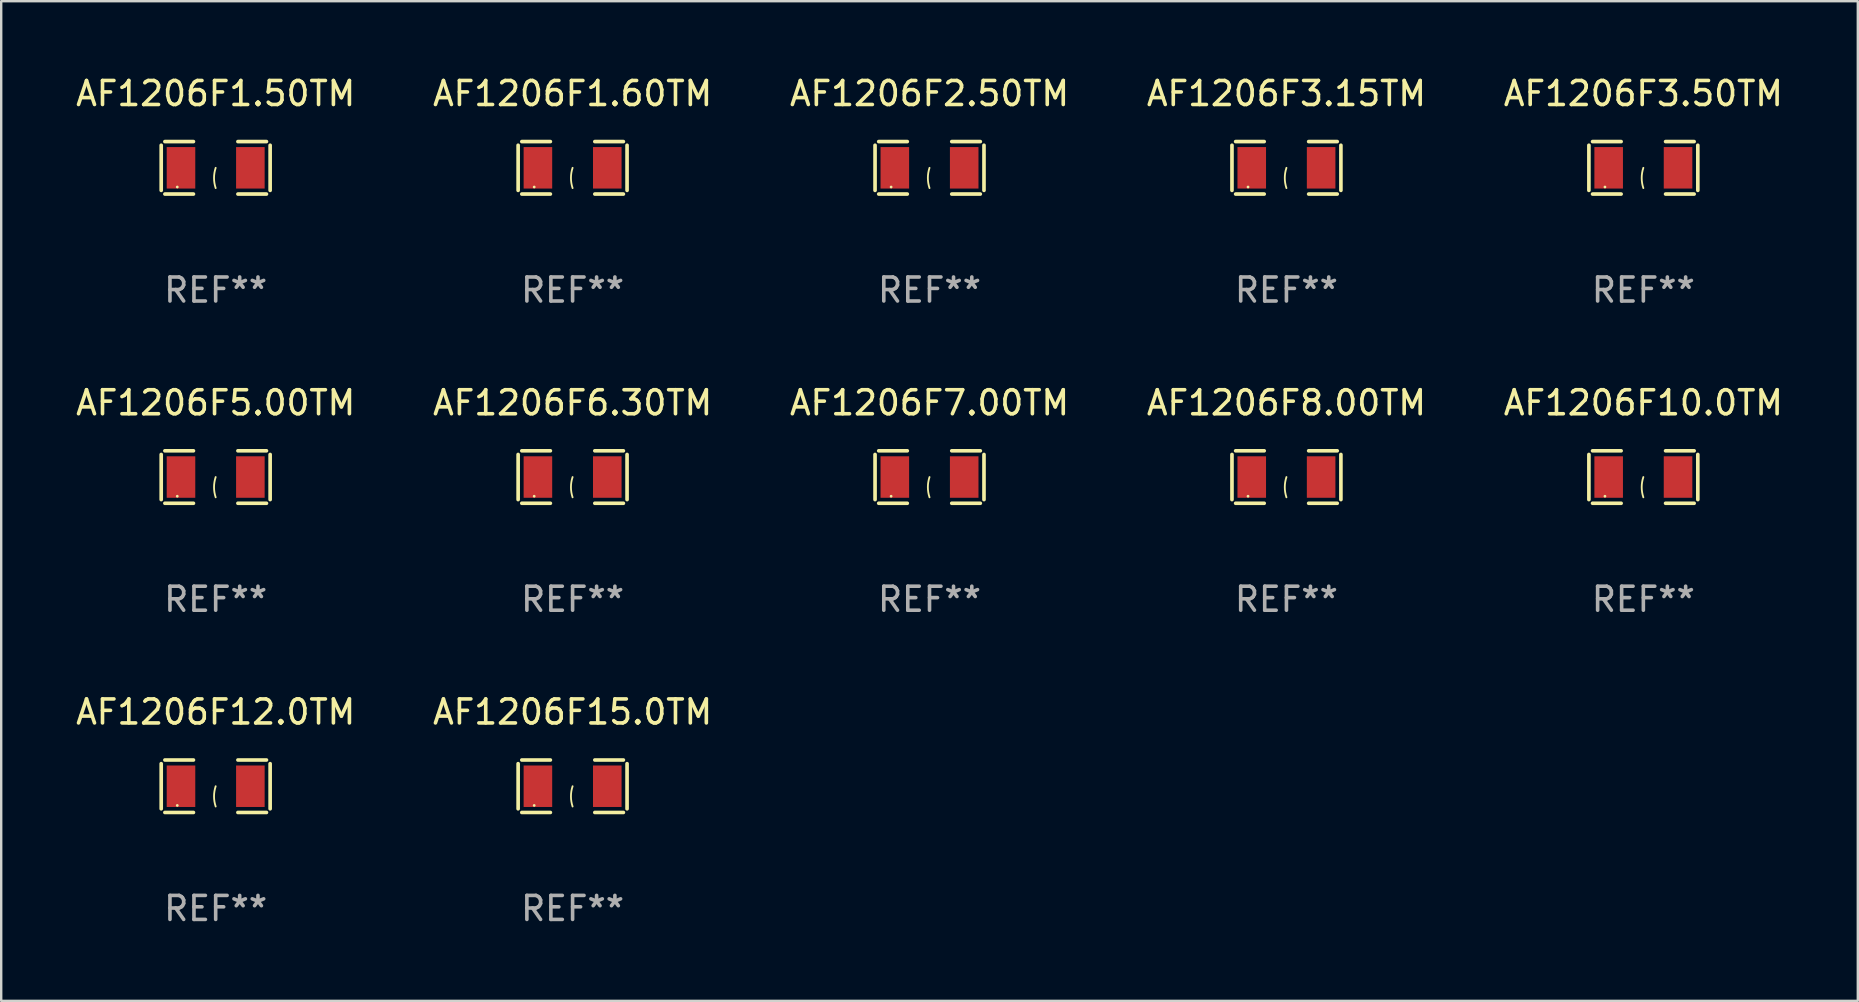
<source format=kicad_pcb>
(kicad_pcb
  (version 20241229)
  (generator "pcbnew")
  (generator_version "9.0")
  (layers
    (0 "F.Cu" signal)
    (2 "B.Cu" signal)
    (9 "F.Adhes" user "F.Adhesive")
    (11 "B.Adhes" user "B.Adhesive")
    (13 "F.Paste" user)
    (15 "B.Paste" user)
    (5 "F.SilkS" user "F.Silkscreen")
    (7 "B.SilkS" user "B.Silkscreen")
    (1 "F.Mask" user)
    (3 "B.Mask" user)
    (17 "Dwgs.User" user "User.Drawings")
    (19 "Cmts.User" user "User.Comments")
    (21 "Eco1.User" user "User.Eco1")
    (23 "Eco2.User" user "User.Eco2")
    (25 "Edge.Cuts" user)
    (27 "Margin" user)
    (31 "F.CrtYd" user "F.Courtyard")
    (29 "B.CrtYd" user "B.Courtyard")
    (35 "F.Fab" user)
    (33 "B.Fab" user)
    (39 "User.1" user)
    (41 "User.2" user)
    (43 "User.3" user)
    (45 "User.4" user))
  (footprint "AF1206F6.30TM"
    (layer "F.Cu")
    (at 20.804 16.823)
    (property "Reference" "AF1206F6.30TM" (at 0 -3.093 0) (layer "F.SilkS") (effects (font (size 1 1) (thickness 0.15))))
    (attr through_hole)
    (fp_line (start -2.269 -0.94) (end -2.269 0.94) (stroke (width 0.152) (type solid)) (layer "F.SilkS"))
    (fp_line (start -2.116 1.093) (end -0.926 1.093) (stroke (width 0.152) (type solid)) (layer "F.SilkS"))
    (fp_line (start -0.926 -1.093) (end -2.116 -1.093) (stroke (width 0.152) (type solid)) (layer "F.SilkS"))
    (fp_line (start 0.926 -1.093) (end 2.116 -1.093) (stroke (width 0.152) (type solid)) (layer "F.SilkS"))
    (fp_line (start 2.116 1.093) (end 0.926 1.093) (stroke (width 0.152) (type solid)) (layer "F.SilkS"))
    (fp_line (start 2.269 -0.94) (end 2.269 0.94) (stroke (width 0.152) (type solid)) (layer "F.SilkS"))
    (fp_arc (start 0 0.844951) (mid -0.068559 0.422475) (end 0 0) (stroke (width 0.0762) (type solid)) (layer "F.SilkS"))
    (fp_circle (center -1.6 0.8) (end -1.57 0.8) (stroke (width 0.06) (type solid)) (fill no) (layer "F.SilkS"))
    (fp_text user "REF**" (at 0 5.093 0) (layer "F.Fab") (effects (font (size 1 1) (thickness 0.15))))
    (pad "1" smd rect (at -1.445 0) (size 1.19 1.728) (layers "F.Cu" "F.Mask" "F.Paste"))
    (pad "2" smd rect (at 1.445 0) (size 1.19 1.728) (layers "F.Cu" "F.Mask" "F.Paste")))
  (footprint "AF1206F12.0TM"
    (layer "F.Cu")
    (at 5.935 29.704)
    (property "Reference" "AF1206F12.0TM" (at 0 -3.093 0) (layer "F.SilkS") (effects (font (size 1 1) (thickness 0.15))))
    (attr through_hole)
    (fp_line (start -2.269 -0.94) (end -2.269 0.94) (stroke (width 0.152) (type solid)) (layer "F.SilkS"))
    (fp_line (start -2.116 1.093) (end -0.926 1.093) (stroke (width 0.152) (type solid)) (layer "F.SilkS"))
    (fp_line (start -0.926 -1.093) (end -2.116 -1.093) (stroke (width 0.152) (type solid)) (layer "F.SilkS"))
    (fp_line (start 0.926 -1.093) (end 2.116 -1.093) (stroke (width 0.152) (type solid)) (layer "F.SilkS"))
    (fp_line (start 2.116 1.093) (end 0.926 1.093) (stroke (width 0.152) (type solid)) (layer "F.SilkS"))
    (fp_line (start 2.269 -0.94) (end 2.269 0.94) (stroke (width 0.152) (type solid)) (layer "F.SilkS"))
    (fp_arc (start 0 0.844951) (mid -0.068559 0.422475) (end 0 0) (stroke (width 0.0762) (type solid)) (layer "F.SilkS"))
    (fp_circle (center -1.6 0.8) (end -1.57 0.8) (stroke (width 0.06) (type solid)) (fill no) (layer "F.SilkS"))
    (fp_text user "REF**" (at 0 5.093 0) (layer "F.Fab") (effects (font (size 1 1) (thickness 0.15))))
    (pad "1" smd rect (at -1.445 0) (size 1.19 1.728) (layers "F.Cu" "F.Mask" "F.Paste"))
    (pad "2" smd rect (at 1.445 0) (size 1.19 1.728) (layers "F.Cu" "F.Mask" "F.Paste")))
  (footprint "AF1206F1.60TM"
    (layer "F.Cu")
    (at 20.804 3.941)
    (property "Reference" "AF1206F1.60TM" (at 0 -3.093 0) (layer "F.SilkS") (effects (font (size 1 1) (thickness 0.15))))
    (attr through_hole)
    (fp_line (start -2.269 -0.94) (end -2.269 0.94) (stroke (width 0.152) (type solid)) (layer "F.SilkS"))
    (fp_line (start -2.116 1.093) (end -0.926 1.093) (stroke (width 0.152) (type solid)) (layer "F.SilkS"))
    (fp_line (start -0.926 -1.093) (end -2.116 -1.093) (stroke (width 0.152) (type solid)) (layer "F.SilkS"))
    (fp_line (start 0.926 -1.093) (end 2.116 -1.093) (stroke (width 0.152) (type solid)) (layer "F.SilkS"))
    (fp_line (start 2.116 1.093) (end 0.926 1.093) (stroke (width 0.152) (type solid)) (layer "F.SilkS"))
    (fp_line (start 2.269 -0.94) (end 2.269 0.94) (stroke (width 0.152) (type solid)) (layer "F.SilkS"))
    (fp_arc (start 0 0.844951) (mid -0.068559 0.422475) (end 0 0) (stroke (width 0.0762) (type solid)) (layer "F.SilkS"))
    (fp_circle (center -1.6 0.8) (end -1.57 0.8) (stroke (width 0.06) (type solid)) (fill no) (layer "F.SilkS"))
    (fp_text user "REF**" (at 0 5.093 0) (layer "F.Fab") (effects (font (size 1 1) (thickness 0.15))))
    (pad "1" smd rect (at -1.445 0) (size 1.19 1.728) (layers "F.Cu" "F.Mask" "F.Paste"))
    (pad "2" smd rect (at 1.445 0) (size 1.19 1.728) (layers "F.Cu" "F.Mask" "F.Paste")))
  (footprint "AF1206F5.00TM"
    (layer "F.Cu")
    (at 5.935 16.823)
    (property "Reference" "AF1206F5.00TM" (at 0 -3.093 0) (layer "F.SilkS") (effects (font (size 1 1) (thickness 0.15))))
    (attr through_hole)
    (fp_line (start -2.269 -0.94) (end -2.269 0.94) (stroke (width 0.152) (type solid)) (layer "F.SilkS"))
    (fp_line (start -2.116 1.093) (end -0.926 1.093) (stroke (width 0.152) (type solid)) (layer "F.SilkS"))
    (fp_line (start -0.926 -1.093) (end -2.116 -1.093) (stroke (width 0.152) (type solid)) (layer "F.SilkS"))
    (fp_line (start 0.926 -1.093) (end 2.116 -1.093) (stroke (width 0.152) (type solid)) (layer "F.SilkS"))
    (fp_line (start 2.116 1.093) (end 0.926 1.093) (stroke (width 0.152) (type solid)) (layer "F.SilkS"))
    (fp_line (start 2.269 -0.94) (end 2.269 0.94) (stroke (width 0.152) (type solid)) (layer "F.SilkS"))
    (fp_arc (start 0 0.844951) (mid -0.068559 0.422475) (end 0 0) (stroke (width 0.0762) (type solid)) (layer "F.SilkS"))
    (fp_circle (center -1.6 0.8) (end -1.57 0.8) (stroke (width 0.06) (type solid)) (fill no) (layer "F.SilkS"))
    (fp_text user "REF**" (at 0 5.093 0) (layer "F.Fab") (effects (font (size 1 1) (thickness 0.15))))
    (pad "1" smd rect (at -1.445 0) (size 1.19 1.728) (layers "F.Cu" "F.Mask" "F.Paste"))
    (pad "2" smd rect (at 1.445 0) (size 1.19 1.728) (layers "F.Cu" "F.Mask" "F.Paste")))
  (footprint "AF1206F3.15TM"
    (layer "F.Cu")
    (at 50.542 3.941)
    (property "Reference" "AF1206F3.15TM" (at 0 -3.093 0) (layer "F.SilkS") (effects (font (size 1 1) (thickness 0.15))))
    (attr through_hole)
    (fp_line (start -2.269 -0.94) (end -2.269 0.94) (stroke (width 0.152) (type solid)) (layer "F.SilkS"))
    (fp_line (start -2.116 1.093) (end -0.926 1.093) (stroke (width 0.152) (type solid)) (layer "F.SilkS"))
    (fp_line (start -0.926 -1.093) (end -2.116 -1.093) (stroke (width 0.152) (type solid)) (layer "F.SilkS"))
    (fp_line (start 0.926 -1.093) (end 2.116 -1.093) (stroke (width 0.152) (type solid)) (layer "F.SilkS"))
    (fp_line (start 2.116 1.093) (end 0.926 1.093) (stroke (width 0.152) (type solid)) (layer "F.SilkS"))
    (fp_line (start 2.269 -0.94) (end 2.269 0.94) (stroke (width 0.152) (type solid)) (layer "F.SilkS"))
    (fp_arc (start 0 0.844951) (mid -0.068559 0.422475) (end 0 0) (stroke (width 0.0762) (type solid)) (layer "F.SilkS"))
    (fp_circle (center -1.6 0.8) (end -1.57 0.8) (stroke (width 0.06) (type solid)) (fill no) (layer "F.SilkS"))
    (fp_text user "REF**" (at 0 5.093 0) (layer "F.Fab") (effects (font (size 1 1) (thickness 0.15))))
    (pad "1" smd rect (at -1.445 0) (size 1.19 1.728) (layers "F.Cu" "F.Mask" "F.Paste"))
    (pad "2" smd rect (at 1.445 0) (size 1.19 1.728) (layers "F.Cu" "F.Mask" "F.Paste")))
  (footprint "AF1206F7.00TM"
    (layer "F.Cu")
    (at 35.673 16.823)
    (property "Reference" "AF1206F7.00TM" (at 0 -3.093 0) (layer "F.SilkS") (effects (font (size 1 1) (thickness 0.15))))
    (attr through_hole)
    (fp_line (start -2.269 -0.94) (end -2.269 0.94) (stroke (width 0.152) (type solid)) (layer "F.SilkS"))
    (fp_line (start -2.116 1.093) (end -0.926 1.093) (stroke (width 0.152) (type solid)) (layer "F.SilkS"))
    (fp_line (start -0.926 -1.093) (end -2.116 -1.093) (stroke (width 0.152) (type solid)) (layer "F.SilkS"))
    (fp_line (start 0.926 -1.093) (end 2.116 -1.093) (stroke (width 0.152) (type solid)) (layer "F.SilkS"))
    (fp_line (start 2.116 1.093) (end 0.926 1.093) (stroke (width 0.152) (type solid)) (layer "F.SilkS"))
    (fp_line (start 2.269 -0.94) (end 2.269 0.94) (stroke (width 0.152) (type solid)) (layer "F.SilkS"))
    (fp_arc (start 0 0.844951) (mid -0.068559 0.422475) (end 0 0) (stroke (width 0.0762) (type solid)) (layer "F.SilkS"))
    (fp_circle (center -1.6 0.8) (end -1.57 0.8) (stroke (width 0.06) (type solid)) (fill no) (layer "F.SilkS"))
    (fp_text user "REF**" (at 0 5.093 0) (layer "F.Fab") (effects (font (size 1 1) (thickness 0.15))))
    (pad "1" smd rect (at -1.445 0) (size 1.19 1.728) (layers "F.Cu" "F.Mask" "F.Paste"))
    (pad "2" smd rect (at 1.445 0) (size 1.19 1.728) (layers "F.Cu" "F.Mask" "F.Paste")))
  (footprint "AF1206F3.50TM"
    (layer "F.Cu")
    (at 65.411 3.941)
    (property "Reference" "AF1206F3.50TM" (at 0 -3.093 0) (layer "F.SilkS") (effects (font (size 1 1) (thickness 0.15))))
    (attr through_hole)
    (fp_line (start -2.269 -0.94) (end -2.269 0.94) (stroke (width 0.152) (type solid)) (layer "F.SilkS"))
    (fp_line (start -2.116 1.093) (end -0.926 1.093) (stroke (width 0.152) (type solid)) (layer "F.SilkS"))
    (fp_line (start -0.926 -1.093) (end -2.116 -1.093) (stroke (width 0.152) (type solid)) (layer "F.SilkS"))
    (fp_line (start 0.926 -1.093) (end 2.116 -1.093) (stroke (width 0.152) (type solid)) (layer "F.SilkS"))
    (fp_line (start 2.116 1.093) (end 0.926 1.093) (stroke (width 0.152) (type solid)) (layer "F.SilkS"))
    (fp_line (start 2.269 -0.94) (end 2.269 0.94) (stroke (width 0.152) (type solid)) (layer "F.SilkS"))
    (fp_arc (start 0 0.844951) (mid -0.068559 0.422475) (end 0 0) (stroke (width 0.0762) (type solid)) (layer "F.SilkS"))
    (fp_circle (center -1.6 0.8) (end -1.57 0.8) (stroke (width 0.06) (type solid)) (fill no) (layer "F.SilkS"))
    (fp_text user "REF**" (at 0 5.093 0) (layer "F.Fab") (effects (font (size 1 1) (thickness 0.15))))
    (pad "1" smd rect (at -1.445 0) (size 1.19 1.728) (layers "F.Cu" "F.Mask" "F.Paste"))
    (pad "2" smd rect (at 1.445 0) (size 1.19 1.728) (layers "F.Cu" "F.Mask" "F.Paste")))
  (footprint "AF1206F8.00TM"
    (layer "F.Cu")
    (at 50.542 16.823)
    (property "Reference" "AF1206F8.00TM" (at 0 -3.093 0) (layer "F.SilkS") (effects (font (size 1 1) (thickness 0.15))))
    (attr through_hole)
    (fp_line (start -2.269 -0.94) (end -2.269 0.94) (stroke (width 0.152) (type solid)) (layer "F.SilkS"))
    (fp_line (start -2.116 1.093) (end -0.926 1.093) (stroke (width 0.152) (type solid)) (layer "F.SilkS"))
    (fp_line (start -0.926 -1.093) (end -2.116 -1.093) (stroke (width 0.152) (type solid)) (layer "F.SilkS"))
    (fp_line (start 0.926 -1.093) (end 2.116 -1.093) (stroke (width 0.152) (type solid)) (layer "F.SilkS"))
    (fp_line (start 2.116 1.093) (end 0.926 1.093) (stroke (width 0.152) (type solid)) (layer "F.SilkS"))
    (fp_line (start 2.269 -0.94) (end 2.269 0.94) (stroke (width 0.152) (type solid)) (layer "F.SilkS"))
    (fp_arc (start 0 0.844951) (mid -0.068559 0.422475) (end 0 0) (stroke (width 0.0762) (type solid)) (layer "F.SilkS"))
    (fp_circle (center -1.6 0.8) (end -1.57 0.8) (stroke (width 0.06) (type solid)) (fill no) (layer "F.SilkS"))
    (fp_text user "REF**" (at 0 5.093 0) (layer "F.Fab") (effects (font (size 1 1) (thickness 0.15))))
    (pad "1" smd rect (at -1.445 0) (size 1.19 1.728) (layers "F.Cu" "F.Mask" "F.Paste"))
    (pad "2" smd rect (at 1.445 0) (size 1.19 1.728) (layers "F.Cu" "F.Mask" "F.Paste")))
  (footprint "AF1206F2.50TM"
    (layer "F.Cu")
    (at 35.673 3.941)
    (property "Reference" "AF1206F2.50TM" (at 0 -3.093 0) (layer "F.SilkS") (effects (font (size 1 1) (thickness 0.15))))
    (attr through_hole)
    (fp_line (start -2.269 -0.94) (end -2.269 0.94) (stroke (width 0.152) (type solid)) (layer "F.SilkS"))
    (fp_line (start -2.116 1.093) (end -0.926 1.093) (stroke (width 0.152) (type solid)) (layer "F.SilkS"))
    (fp_line (start -0.926 -1.093) (end -2.116 -1.093) (stroke (width 0.152) (type solid)) (layer "F.SilkS"))
    (fp_line (start 0.926 -1.093) (end 2.116 -1.093) (stroke (width 0.152) (type solid)) (layer "F.SilkS"))
    (fp_line (start 2.116 1.093) (end 0.926 1.093) (stroke (width 0.152) (type solid)) (layer "F.SilkS"))
    (fp_line (start 2.269 -0.94) (end 2.269 0.94) (stroke (width 0.152) (type solid)) (layer "F.SilkS"))
    (fp_arc (start 0 0.844951) (mid -0.068559 0.422475) (end 0 0) (stroke (width 0.0762) (type solid)) (layer "F.SilkS"))
    (fp_circle (center -1.6 0.8) (end -1.57 0.8) (stroke (width 0.06) (type solid)) (fill no) (layer "F.SilkS"))
    (fp_text user "REF**" (at 0 5.093 0) (layer "F.Fab") (effects (font (size 1 1) (thickness 0.15))))
    (pad "1" smd rect (at -1.445 0) (size 1.19 1.728) (layers "F.Cu" "F.Mask" "F.Paste"))
    (pad "2" smd rect (at 1.445 0) (size 1.19 1.728) (layers "F.Cu" "F.Mask" "F.Paste")))
  (footprint "AF1206F1.50TM"
    (layer "F.Cu")
    (at 5.935 3.941)
    (property "Reference" "AF1206F1.50TM" (at 0 -3.093 0) (layer "F.SilkS") (effects (font (size 1 1) (thickness 0.15))))
    (attr through_hole)
    (fp_line (start -2.269 -0.94) (end -2.269 0.94) (stroke (width 0.152) (type solid)) (layer "F.SilkS"))
    (fp_line (start -2.116 1.093) (end -0.926 1.093) (stroke (width 0.152) (type solid)) (layer "F.SilkS"))
    (fp_line (start -0.926 -1.093) (end -2.116 -1.093) (stroke (width 0.152) (type solid)) (layer "F.SilkS"))
    (fp_line (start 0.926 -1.093) (end 2.116 -1.093) (stroke (width 0.152) (type solid)) (layer "F.SilkS"))
    (fp_line (start 2.116 1.093) (end 0.926 1.093) (stroke (width 0.152) (type solid)) (layer "F.SilkS"))
    (fp_line (start 2.269 -0.94) (end 2.269 0.94) (stroke (width 0.152) (type solid)) (layer "F.SilkS"))
    (fp_arc (start 0 0.844951) (mid -0.068559 0.422475) (end 0 0) (stroke (width 0.0762) (type solid)) (layer "F.SilkS"))
    (fp_circle (center -1.6 0.8) (end -1.57 0.8) (stroke (width 0.06) (type solid)) (fill no) (layer "F.SilkS"))
    (fp_text user "REF**" (at 0 5.093 0) (layer "F.Fab") (effects (font (size 1 1) (thickness 0.15))))
    (pad "1" smd rect (at -1.445 0) (size 1.19 1.728) (layers "F.Cu" "F.Mask" "F.Paste"))
    (pad "2" smd rect (at 1.445 0) (size 1.19 1.728) (layers "F.Cu" "F.Mask" "F.Paste")))
  (footprint "AF1206F15.0TM"
    (layer "F.Cu")
    (at 20.804 29.704)
    (property "Reference" "AF1206F15.0TM" (at 0 -3.093 0) (layer "F.SilkS") (effects (font (size 1 1) (thickness 0.15))))
    (attr through_hole)
    (fp_line (start -2.269 -0.94) (end -2.269 0.94) (stroke (width 0.152) (type solid)) (layer "F.SilkS"))
    (fp_line (start -2.116 1.093) (end -0.926 1.093) (stroke (width 0.152) (type solid)) (layer "F.SilkS"))
    (fp_line (start -0.926 -1.093) (end -2.116 -1.093) (stroke (width 0.152) (type solid)) (layer "F.SilkS"))
    (fp_line (start 0.926 -1.093) (end 2.116 -1.093) (stroke (width 0.152) (type solid)) (layer "F.SilkS"))
    (fp_line (start 2.116 1.093) (end 0.926 1.093) (stroke (width 0.152) (type solid)) (layer "F.SilkS"))
    (fp_line (start 2.269 -0.94) (end 2.269 0.94) (stroke (width 0.152) (type solid)) (layer "F.SilkS"))
    (fp_arc (start 0 0.844951) (mid -0.068559 0.422475) (end 0 0) (stroke (width 0.0762) (type solid)) (layer "F.SilkS"))
    (fp_circle (center -1.6 0.8) (end -1.57 0.8) (stroke (width 0.06) (type solid)) (fill no) (layer "F.SilkS"))
    (fp_text user "REF**" (at 0 5.093 0) (layer "F.Fab") (effects (font (size 1 1) (thickness 0.15))))
    (pad "1" smd rect (at -1.445 0) (size 1.19 1.728) (layers "F.Cu" "F.Mask" "F.Paste"))
    (pad "2" smd rect (at 1.445 0) (size 1.19 1.728) (layers "F.Cu" "F.Mask" "F.Paste")))
  (footprint "AF1206F10.0TM"
    (layer "F.Cu")
    (at 65.411 16.823)
    (property "Reference" "AF1206F10.0TM" (at 0 -3.093 0) (layer "F.SilkS") (effects (font (size 1 1) (thickness 0.15))))
    (attr through_hole)
    (fp_line (start -2.269 -0.94) (end -2.269 0.94) (stroke (width 0.152) (type solid)) (layer "F.SilkS"))
    (fp_line (start -2.116 1.093) (end -0.926 1.093) (stroke (width 0.152) (type solid)) (layer "F.SilkS"))
    (fp_line (start -0.926 -1.093) (end -2.116 -1.093) (stroke (width 0.152) (type solid)) (layer "F.SilkS"))
    (fp_line (start 0.926 -1.093) (end 2.116 -1.093) (stroke (width 0.152) (type solid)) (layer "F.SilkS"))
    (fp_line (start 2.116 1.093) (end 0.926 1.093) (stroke (width 0.152) (type solid)) (layer "F.SilkS"))
    (fp_line (start 2.269 -0.94) (end 2.269 0.94) (stroke (width 0.152) (type solid)) (layer "F.SilkS"))
    (fp_arc (start 0 0.844951) (mid -0.068559 0.422475) (end 0 0) (stroke (width 0.0762) (type solid)) (layer "F.SilkS"))
    (fp_circle (center -1.6 0.8) (end -1.57 0.8) (stroke (width 0.06) (type solid)) (fill no) (layer "F.SilkS"))
    (fp_text user "REF**" (at 0 5.093 0) (layer "F.Fab") (effects (font (size 1 1) (thickness 0.15))))
    (pad "1" smd rect (at -1.445 0) (size 1.19 1.728) (layers "F.Cu" "F.Mask" "F.Paste"))
    (pad "2" smd rect (at 1.445 0) (size 1.19 1.728) (layers "F.Cu" "F.Mask" "F.Paste")))
  (gr_rect
    (start -3 -3)
    (end 74.345 38.645)
    (stroke (width 0.1) (type default))
    (fill no)
    (layer "Edge.Cuts")))
</source>
